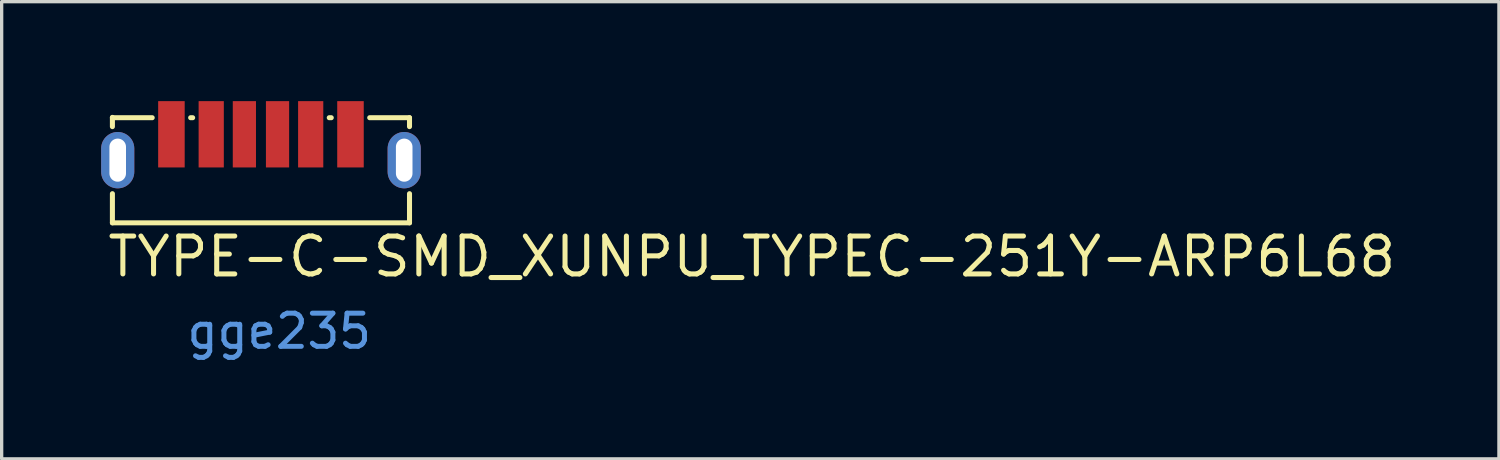
<source format=kicad_pcb>
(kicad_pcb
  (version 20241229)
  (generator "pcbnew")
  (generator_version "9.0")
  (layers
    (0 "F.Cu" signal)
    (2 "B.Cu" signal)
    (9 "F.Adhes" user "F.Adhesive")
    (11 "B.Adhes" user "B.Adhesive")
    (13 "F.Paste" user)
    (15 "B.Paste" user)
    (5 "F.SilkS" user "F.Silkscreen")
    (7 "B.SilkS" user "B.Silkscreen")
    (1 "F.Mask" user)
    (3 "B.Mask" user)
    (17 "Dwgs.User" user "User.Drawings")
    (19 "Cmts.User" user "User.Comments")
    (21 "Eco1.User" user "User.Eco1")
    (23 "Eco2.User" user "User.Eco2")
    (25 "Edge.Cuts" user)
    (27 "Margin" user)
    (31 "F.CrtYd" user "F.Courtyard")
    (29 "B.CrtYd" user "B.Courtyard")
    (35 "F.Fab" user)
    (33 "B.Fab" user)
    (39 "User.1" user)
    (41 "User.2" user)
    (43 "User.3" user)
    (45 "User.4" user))
  (footprint "TYPE-C-SMD_XUNPU_TYPEC-251Y-ARP6L68"
    (layer "F.Cu")
    (at 4.82 1.39)
    (property "Reference" "TYPE-C-SMD_XUNPU_TYPEC-251Y-ARP6L68" (at -4.7 3.3 0) (layer "F.SilkS") (effects (font (size 1.143 1.143) (thickness 0.152)) (justify left)))
    (attr smd)
    (fp_line (start -4.48 -0.89) (end -3.28 -0.89) (stroke (width 0.152) (type solid)) (layer "F.SilkS"))
    (fp_line (start -4.48 -0.621) (end -4.48 -0.9) (stroke (width 0.152) (type solid)) (layer "F.SilkS"))
    (fp_line (start -4.48 2.28) (end -4.48 1.401) (stroke (width 0.152) (type solid)) (layer "F.SilkS"))
    (fp_line (start -2.12 -0.89) (end -2.06 -0.89) (stroke (width 0.152) (type solid)) (layer "F.SilkS"))
    (fp_line (start 2.06 -0.89) (end 2.12 -0.89) (stroke (width 0.152) (type solid)) (layer "F.SilkS"))
    (fp_line (start 3.28 -0.89) (end 4.48 -0.89) (stroke (width 0.152) (type solid)) (layer "F.SilkS"))
    (fp_line (start 4.48 -0.89) (end 4.48 -0.621) (stroke (width 0.152) (type solid)) (layer "F.SilkS"))
    (fp_line (start 4.48 1.401) (end 4.48 2.28) (stroke (width 0.152) (type solid)) (layer "F.SilkS"))
    (fp_line (start 4.48 2.28) (end -4.48 2.28) (stroke (width 0.152) (type solid)) (layer "F.SilkS"))
    (fp_poly (pts (xy -2.3 0.61) (xy -2.3 -1.39) (xy -3.1 -1.39) (xy -3.1 0.61)) (stroke (width 0) (type solid)) (fill yes) (layer "F.Paste"))
    (fp_poly (pts (xy -1.12 0.61) (xy -1.12 -1.39) (xy -1.88 -1.39) (xy -1.88 0.61)) (stroke (width 0) (type solid)) (fill yes) (layer "F.Paste"))
    (fp_poly (pts (xy -0.85 -1.39) (xy -0.85 0.61) (xy -0.15 0.61) (xy -0.15 -1.39)) (stroke (width 0) (type solid)) (fill yes) (layer "F.Paste"))
    (fp_poly (pts (xy 0.85 0.61) (xy 0.85 -1.39) (xy 0.15 -1.39) (xy 0.15 0.61)) (stroke (width 0) (type solid)) (fill yes) (layer "F.Paste"))
    (fp_poly (pts (xy 1.88 0.61) (xy 1.88 -1.39) (xy 1.12 -1.39) (xy 1.12 0.61)) (stroke (width 0) (type solid)) (fill yes) (layer "F.Paste"))
    (fp_poly (pts (xy 3.1 0.61) (xy 3.1 -1.39) (xy 2.3 -1.39) (xy 2.3 0.61)) (stroke (width 0) (type solid)) (fill yes) (layer "F.Paste"))
    (fp_poly (pts (xy -4.333 -0.46) (xy -4.357 -0.459) (xy -4.382 -0.456) (xy -4.407 -0.452) (xy -4.431 -0.447) (xy -4.455 -0.441) (xy -4.479 -0.434) (xy -4.503 -0.425) (xy -4.526 -0.416) (xy -4.548 -0.405) (xy -4.57 -0.393) (xy -4.591 -0.38) (xy -4.612 -0.366) (xy -4.632 -0.351) (xy -4.651 -0.335) (xy -4.669 -0.318) (xy -4.687 -0.3) (xy -4.703 -0.281) (xy -4.719 -0.262) (xy -4.733 -0.242) (xy -4.747 -0.221) (xy -4.759 -0.199) (xy -4.771 -0.177) (xy -4.781 -0.154) (xy -4.79 -0.131) (xy -4.798 -0.107) (xy -4.805 -0.083) (xy -4.81 -0.059) (xy -4.814 -0.034) (xy -4.818 -0.01) (xy -4.819 0.015) (xy -4.82 0.04) (xy -4.82 0.74) (xy -4.819 0.765) (xy -4.818 0.79) (xy -4.814 0.815) (xy -4.81 0.839) (xy -4.805 0.863) (xy -4.798 0.887) (xy -4.79 0.911) (xy -4.781 0.934) (xy -4.771 0.957) (xy -4.759 0.979) (xy -4.747 1.001) (xy -4.733 1.022) (xy -4.719 1.042) (xy -4.703 1.061) (xy -4.687 1.08) (xy -4.669 1.098) (xy -4.651 1.115) (xy -4.632 1.131) (xy -4.612 1.146) (xy -4.591 1.16) (xy -4.57 1.173) (xy -4.548 1.185) (xy -4.526 1.196) (xy -4.503 1.205) (xy -4.479 1.214) (xy -4.455 1.221) (xy -4.431 1.227) (xy -4.407 1.232) (xy -4.382 1.236) (xy -4.357 1.239) (xy -4.333 1.24) (xy -4.308 1.24) (xy -4.283 1.239) (xy -4.258 1.236) (xy -4.233 1.232) (xy -4.209 1.227) (xy -4.185 1.221) (xy -4.161 1.214) (xy -4.137 1.205) (xy -4.114 1.196) (xy -4.092 1.185) (xy -4.07 1.173) (xy -4.049 1.16) (xy -4.028 1.146) (xy -4.008 1.131) (xy -3.989 1.115) (xy -3.971 1.098) (xy -3.954 1.08) (xy -3.937 1.061) (xy -3.921 1.042) (xy -3.907 1.022) (xy -3.893 1.001) (xy -3.881 0.979) (xy -3.87 0.957) (xy -3.859 0.934) (xy -3.85 0.911) (xy -3.842 0.887) (xy -3.836 0.863) (xy -3.83 0.839) (xy -3.826 0.815) (xy -3.823 0.79) (xy -3.821 0.765) (xy -3.82 0.74) (xy -3.82 0.04) (xy -3.821 0.015) (xy -3.823 -0.01) (xy -3.826 -0.034) (xy -3.83 -0.059) (xy -3.836 -0.083) (xy -3.842 -0.107) (xy -3.85 -0.131) (xy -3.859 -0.154) (xy -3.87 -0.177) (xy -3.881 -0.199) (xy -3.893 -0.221) (xy -3.907 -0.242) (xy -3.921 -0.262) (xy -3.937 -0.281) (xy -3.954 -0.3) (xy -3.971 -0.318) (xy -3.989 -0.335) (xy -4.008 -0.351) (xy -4.028 -0.366) (xy -4.049 -0.38) (xy -4.07 -0.393) (xy -4.092 -0.405) (xy -4.114 -0.416) (xy -4.137 -0.425) (xy -4.161 -0.434) (xy -4.185 -0.441) (xy -4.209 -0.447) (xy -4.233 -0.452) (xy -4.258 -0.456) (xy -4.283 -0.459) (xy -4.308 -0.46)) (stroke (width 0) (type solid)) (fill yes) (layer "F.Paste"))
    (fp_poly (pts (xy 4.357 -0.459) (xy 4.333 -0.46) (xy 4.308 -0.46) (xy 4.283 -0.459) (xy 4.258 -0.456) (xy 4.233 -0.452) (xy 4.209 -0.447) (xy 4.185 -0.441) (xy 4.161 -0.434) (xy 4.137 -0.425) (xy 4.114 -0.416) (xy 4.092 -0.405) (xy 4.07 -0.393) (xy 4.049 -0.38) (xy 4.028 -0.366) (xy 4.008 -0.351) (xy 3.989 -0.335) (xy 3.971 -0.318) (xy 3.954 -0.3) (xy 3.937 -0.281) (xy 3.921 -0.262) (xy 3.907 -0.242) (xy 3.893 -0.221) (xy 3.881 -0.199) (xy 3.87 -0.177) (xy 3.859 -0.154) (xy 3.85 -0.131) (xy 3.842 -0.107) (xy 3.836 -0.083) (xy 3.83 -0.059) (xy 3.826 -0.034) (xy 3.823 -0.01) (xy 3.821 0.015) (xy 3.82 0.04) (xy 3.82 0.74) (xy 3.821 0.765) (xy 3.823 0.79) (xy 3.826 0.815) (xy 3.83 0.839) (xy 3.836 0.863) (xy 3.842 0.887) (xy 3.85 0.911) (xy 3.859 0.934) (xy 3.87 0.957) (xy 3.881 0.979) (xy 3.893 1.001) (xy 3.907 1.022) (xy 3.921 1.042) (xy 3.937 1.061) (xy 3.954 1.08) (xy 3.971 1.098) (xy 3.989 1.115) (xy 4.008 1.131) (xy 4.028 1.146) (xy 4.049 1.16) (xy 4.07 1.173) (xy 4.092 1.185) (xy 4.114 1.196) (xy 4.137 1.205) (xy 4.161 1.214) (xy 4.185 1.221) (xy 4.209 1.227) (xy 4.233 1.232) (xy 4.258 1.236) (xy 4.283 1.239) (xy 4.308 1.24) (xy 4.333 1.24) (xy 4.357 1.239) (xy 4.382 1.236) (xy 4.407 1.232) (xy 4.431 1.227) (xy 4.455 1.221) (xy 4.479 1.214) (xy 4.503 1.205) (xy 4.526 1.196) (xy 4.548 1.185) (xy 4.57 1.173) (xy 4.591 1.16) (xy 4.612 1.146) (xy 4.632 1.131) (xy 4.651 1.115) (xy 4.669 1.098) (xy 4.687 1.08) (xy 4.703 1.061) (xy 4.719 1.042) (xy 4.733 1.022) (xy 4.747 1.001) (xy 4.759 0.979) (xy 4.771 0.957) (xy 4.781 0.934) (xy 4.79 0.911) (xy 4.798 0.887) (xy 4.805 0.863) (xy 4.81 0.839) (xy 4.814 0.815) (xy 4.818 0.79) (xy 4.819 0.765) (xy 4.82 0.74) (xy 4.82 0.04) (xy 4.819 0.015) (xy 4.818 -0.01) (xy 4.814 -0.034) (xy 4.81 -0.059) (xy 4.805 -0.083) (xy 4.798 -0.107) (xy 4.79 -0.131) (xy 4.781 -0.154) (xy 4.771 -0.177) (xy 4.759 -0.199) (xy 4.747 -0.221) (xy 4.733 -0.242) (xy 4.719 -0.262) (xy 4.703 -0.281) (xy 4.687 -0.3) (xy 4.669 -0.318) (xy 4.651 -0.335) (xy 4.632 -0.351) (xy 4.612 -0.366) (xy 4.591 -0.38) (xy 4.57 -0.393) (xy 4.548 -0.405) (xy 4.526 -0.416) (xy 4.503 -0.425) (xy 4.479 -0.434) (xy 4.455 -0.441) (xy 4.431 -0.447) (xy 4.407 -0.452) (xy 4.382 -0.456)) (stroke (width 0) (type solid)) (fill yes) (layer "F.Paste"))
    (fp_text user "gge235" (at 0.55 5.55 0) (layer "Cmts.User") (effects (font (size 1 1) (thickness 0.15))))
    (pad "7" thru_hole oval (at -4.32 0.39 180) (size 1 1.7) (drill oval 0.5 1.3) (layers "*.Cu" "*.Paste" "*.Mask"))
    (pad "8" thru_hole oval (at 4.32 0.39 180) (size 1 1.7) (drill oval 0.5 1.3) (layers "*.Cu" "*.Paste" "*.Mask"))
    (pad "A5" smd rect (at -0.5 -0.39 180) (size 0.7 2) (layers "F.Cu" "F.Mask" "F.Paste"))
    (pad "A9" smd rect (at 1.5 -0.39 180) (size 0.76 2) (layers "F.Cu" "F.Mask" "F.Paste"))
    (pad "A12" smd rect (at 2.7 -0.39 180) (size 0.8 2) (layers "F.Cu" "F.Mask" "F.Paste"))
    (pad "B5" smd rect (at 0.5 -0.39 180) (size 0.7 2) (layers "F.Cu" "F.Mask" "F.Paste"))
    (pad "B9" smd rect (at -1.5 -0.39 180) (size 0.76 2) (layers "F.Cu" "F.Mask" "F.Paste"))
    (pad "B12" smd rect (at -2.7 -0.39 180) (size 0.8 2) (layers "F.Cu" "F.Mask" "F.Paste")))
  (gr_rect
    (start -3 -3)
    (end 42.155 10.788)
    (stroke (width 0.1) (type default))
    (fill no)
    (layer "Edge.Cuts")))
</source>
